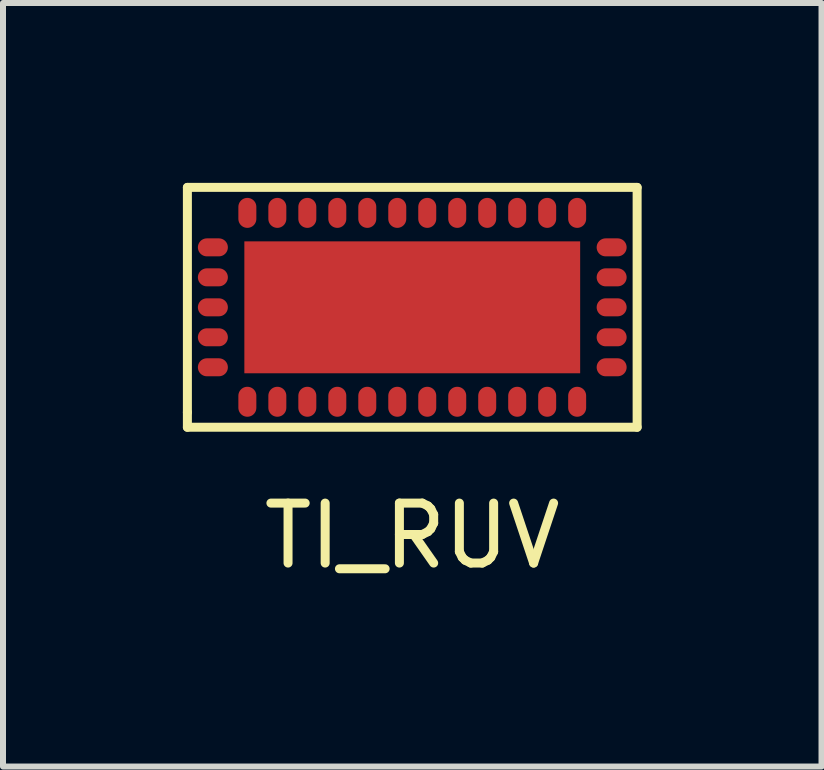
<source format=kicad_pcb>
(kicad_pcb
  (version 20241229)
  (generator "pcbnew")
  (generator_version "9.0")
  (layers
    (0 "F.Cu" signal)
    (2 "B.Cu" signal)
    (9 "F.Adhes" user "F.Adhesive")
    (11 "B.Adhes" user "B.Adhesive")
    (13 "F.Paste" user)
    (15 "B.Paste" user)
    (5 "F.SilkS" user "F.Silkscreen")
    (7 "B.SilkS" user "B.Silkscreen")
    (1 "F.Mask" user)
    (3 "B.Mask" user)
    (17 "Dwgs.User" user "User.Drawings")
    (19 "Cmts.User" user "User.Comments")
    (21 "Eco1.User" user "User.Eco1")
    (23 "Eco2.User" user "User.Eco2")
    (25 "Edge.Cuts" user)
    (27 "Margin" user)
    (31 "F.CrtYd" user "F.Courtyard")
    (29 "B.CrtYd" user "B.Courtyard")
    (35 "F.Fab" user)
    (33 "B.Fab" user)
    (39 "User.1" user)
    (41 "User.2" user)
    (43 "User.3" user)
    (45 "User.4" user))
  (footprint "TI_RUV"
    (layer "F.Cu")
    (at 3.825 2.075)
    (property "Reference" "TI_RUV" (at 0 3.81 0) (layer "F.SilkS") (effects (font (size 1 1) (thickness 0.15))))
    (attr through_hole)
    (fp_line (start -3.75 -2) (end -3.75 1.75) (stroke (width 0.15) (type solid)) (layer "F.SilkS"))
    (fp_line (start -3.75 1.75) (end -3.75 2) (stroke (width 0.15) (type solid)) (layer "F.SilkS"))
    (fp_line (start -3.75 2) (end 3.75 2) (stroke (width 0.15) (type solid)) (layer "F.SilkS"))
    (fp_line (start 3.75 -2) (end -3.75 -2) (stroke (width 0.15) (type solid)) (layer "F.SilkS"))
    (fp_line (start 3.75 2) (end 3.75 -2) (stroke (width 0.15) (type solid)) (layer "F.SilkS"))
    (pad "1" smd oval (at -2.75 1.575) (size 0.3 0.5) (layers "F.Cu" "F.Mask" "F.Paste"))
    (pad "2" smd oval (at -2.25 1.575) (size 0.3 0.5) (layers "F.Cu" "F.Mask" "F.Paste"))
    (pad "3" smd oval (at -1.75 1.575) (size 0.3 0.5) (layers "F.Cu" "F.Mask" "F.Paste"))
    (pad "4" smd oval (at -1.25 1.575) (size 0.3 0.5) (layers "F.Cu" "F.Mask" "F.Paste"))
    (pad "5" smd oval (at -0.75 1.575) (size 0.3 0.5) (layers "F.Cu" "F.Mask" "F.Paste"))
    (pad "6" smd oval (at -0.25 1.575) (size 0.3 0.5) (layers "F.Cu" "F.Mask" "F.Paste"))
    (pad "7" smd oval (at 0.25 1.575) (size 0.3 0.5) (layers "F.Cu" "F.Mask" "F.Paste"))
    (pad "8" smd oval (at 0.75 1.575) (size 0.3 0.5) (layers "F.Cu" "F.Mask" "F.Paste"))
    (pad "9" smd oval (at 1.25 1.575) (size 0.3 0.5) (layers "F.Cu" "F.Mask" "F.Paste"))
    (pad "10" smd oval (at 1.75 1.575) (size 0.3 0.5) (layers "F.Cu" "F.Mask" "F.Paste"))
    (pad "11" smd oval (at 2.25 1.575) (size 0.3 0.5) (layers "F.Cu" "F.Mask" "F.Paste"))
    (pad "12" smd oval (at 2.75 1.575) (size 0.3 0.5) (layers "F.Cu" "F.Mask" "F.Paste"))
    (pad "13" smd oval (at 3.325 1) (size 0.5 0.3) (layers "F.Cu" "F.Mask" "F.Paste"))
    (pad "14" smd oval (at 3.325 0.5) (size 0.5 0.3) (layers "F.Cu" "F.Mask" "F.Paste"))
    (pad "15" smd oval (at 3.325 0) (size 0.5 0.3) (layers "F.Cu" "F.Mask" "F.Paste"))
    (pad "16" smd oval (at 3.325 -0.5) (size 0.5 0.3) (layers "F.Cu" "F.Mask" "F.Paste"))
    (pad "17" smd oval (at 3.325 -1) (size 0.5 0.3) (layers "F.Cu" "F.Mask" "F.Paste"))
    (pad "18" smd oval (at 2.75 -1.575) (size 0.3 0.5) (layers "F.Cu" "F.Mask" "F.Paste"))
    (pad "19" smd oval (at 2.25 -1.575) (size 0.3 0.5) (layers "F.Cu" "F.Mask" "F.Paste"))
    (pad "20" smd oval (at 1.75 -1.575) (size 0.3 0.5) (layers "F.Cu" "F.Mask" "F.Paste"))
    (pad "21" smd oval (at 1.25 -1.575) (size 0.3 0.5) (layers "F.Cu" "F.Mask" "F.Paste"))
    (pad "22" smd oval (at 0.75 -1.575) (size 0.3 0.5) (layers "F.Cu" "F.Mask" "F.Paste"))
    (pad "23" smd oval (at 0.25 -1.575) (size 0.3 0.5) (layers "F.Cu" "F.Mask" "F.Paste"))
    (pad "24" smd oval (at -0.25 -1.575) (size 0.3 0.5) (layers "F.Cu" "F.Mask" "F.Paste"))
    (pad "25" smd oval (at -0.75 -1.575) (size 0.3 0.5) (layers "F.Cu" "F.Mask" "F.Paste"))
    (pad "26" smd oval (at -1.25 -1.575) (size 0.3 0.5) (layers "F.Cu" "F.Mask" "F.Paste"))
    (pad "27" smd oval (at -1.75 -1.575) (size 0.3 0.5) (layers "F.Cu" "F.Mask" "F.Paste"))
    (pad "28" smd oval (at -2.25 -1.575) (size 0.3 0.5) (layers "F.Cu" "F.Mask" "F.Paste"))
    (pad "29" smd oval (at -2.75 -1.575) (size 0.3 0.5) (layers "F.Cu" "F.Mask" "F.Paste"))
    (pad "30" smd oval (at -3.325 -1) (size 0.5 0.3) (layers "F.Cu" "F.Mask" "F.Paste"))
    (pad "31" smd oval (at -3.325 -0.5) (size 0.5 0.3) (layers "F.Cu" "F.Mask" "F.Paste"))
    (pad "32" smd oval (at -3.325 0) (size 0.5 0.3) (layers "F.Cu" "F.Mask" "F.Paste"))
    (pad "33" smd oval (at -3.325 0.5) (size 0.5 0.3) (layers "F.Cu" "F.Mask" "F.Paste"))
    (pad "34" smd oval (at -3.325 1) (size 0.5 0.3) (layers "F.Cu" "F.Mask" "F.Paste"))
    (pad "35" smd rect (at 0 0) (size 5.6 2.2) (layers "F.Cu" "F.Mask" "F.Paste")))
  (gr_rect
    (start -3 -3)
    (end 10.65 9.733)
    (stroke (width 0.1) (type default))
    (fill no)
    (layer "Edge.Cuts")))
</source>
